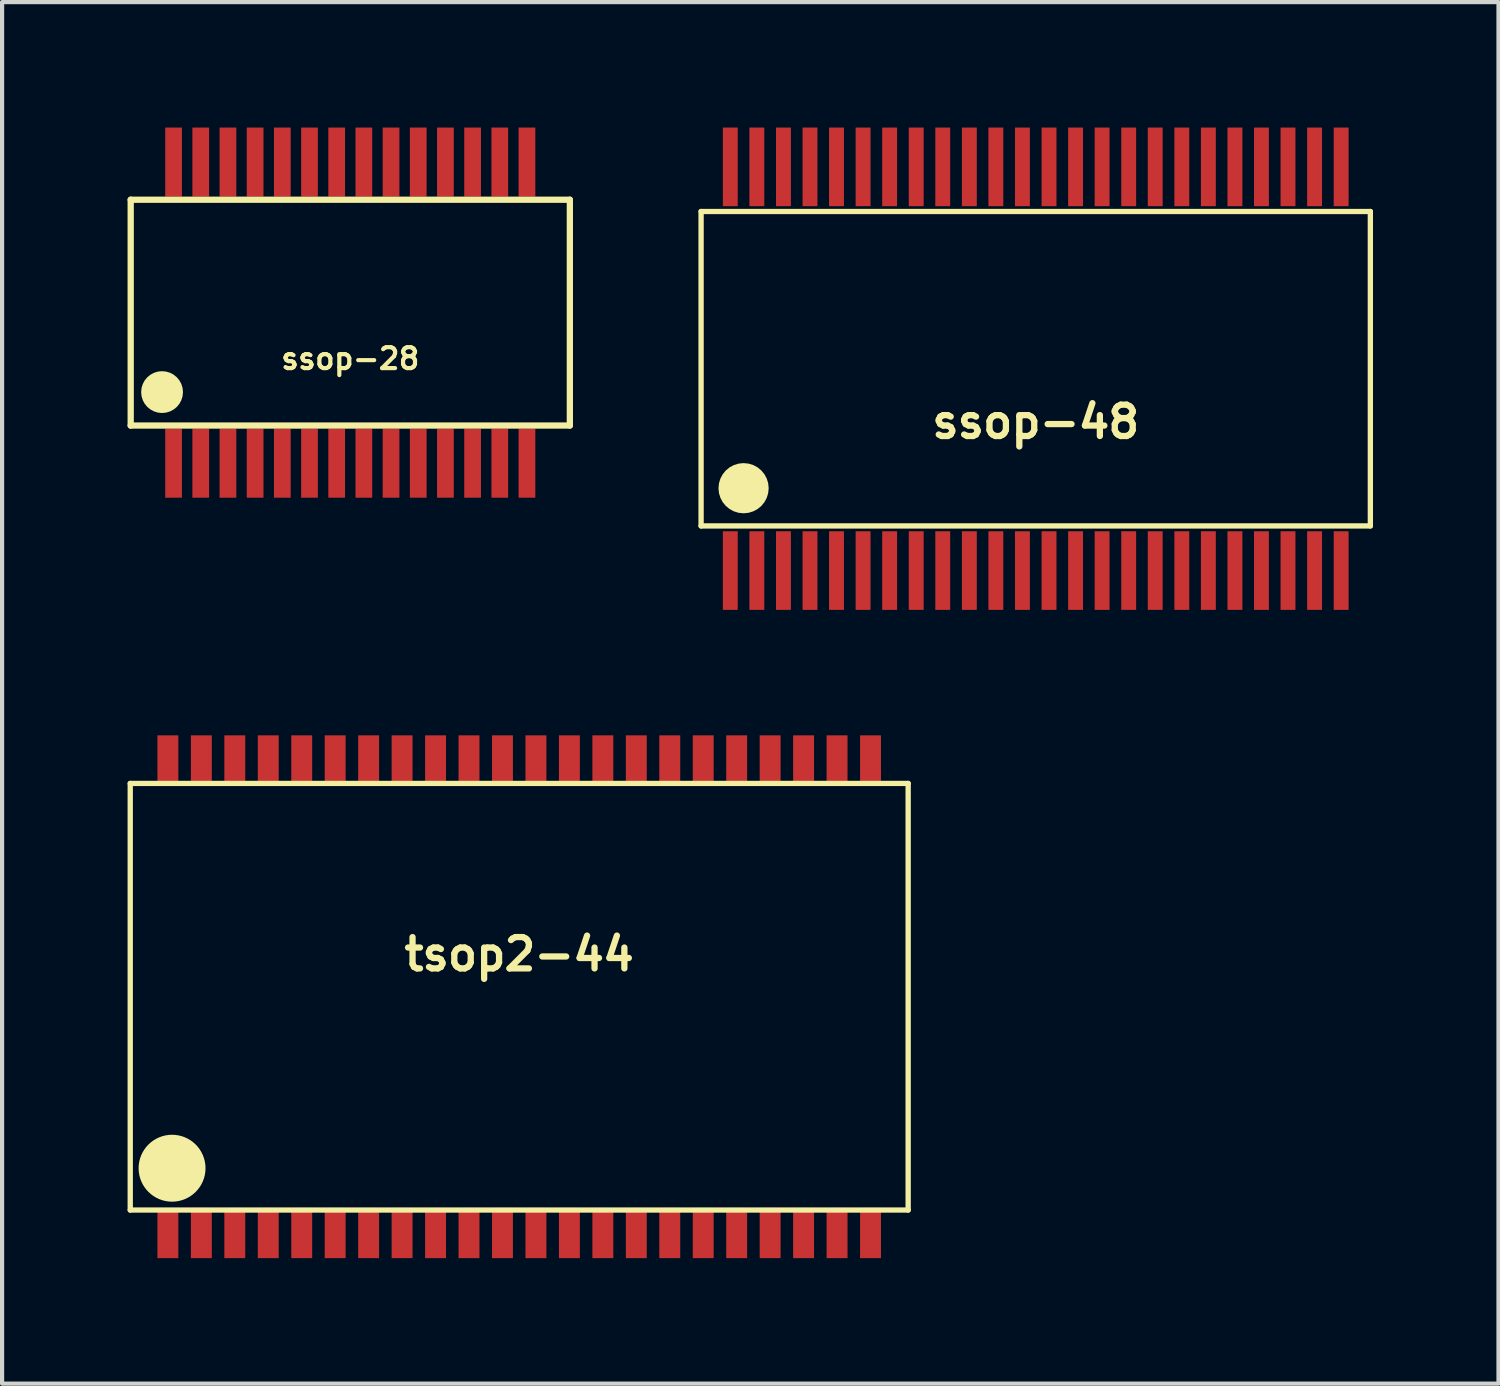
<source format=kicad_pcb>
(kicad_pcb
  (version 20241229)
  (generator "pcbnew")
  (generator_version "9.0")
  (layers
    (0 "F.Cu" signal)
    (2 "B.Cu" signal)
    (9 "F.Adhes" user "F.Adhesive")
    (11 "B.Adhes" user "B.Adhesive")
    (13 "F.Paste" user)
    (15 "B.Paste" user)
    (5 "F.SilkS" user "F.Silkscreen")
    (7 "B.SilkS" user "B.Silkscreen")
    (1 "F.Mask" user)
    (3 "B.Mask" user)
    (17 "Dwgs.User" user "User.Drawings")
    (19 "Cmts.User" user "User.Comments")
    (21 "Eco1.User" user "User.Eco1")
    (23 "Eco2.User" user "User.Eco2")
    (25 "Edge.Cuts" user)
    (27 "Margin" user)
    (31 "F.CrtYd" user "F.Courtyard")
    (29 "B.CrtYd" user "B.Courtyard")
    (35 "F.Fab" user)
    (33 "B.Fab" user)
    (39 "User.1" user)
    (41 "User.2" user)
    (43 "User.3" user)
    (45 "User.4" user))
  (footprint "tsop2-44"
    (layer "F.Cu")
    (at 9.364 20.782)
    (property "Reference" "tsop2-44" (at 0 -1.016 0) (layer "F.SilkS") (effects (font (size 0.749 0.749) (thickness 0.15))))
    (attr smd)
    (fp_line (start -9.3 -5.1) (end 9.3 -5.1) (stroke (width 0.127) (type solid)) (layer "F.SilkS"))
    (fp_line (start -9.3 5.1) (end -9.3 -5.1) (stroke (width 0.127) (type solid)) (layer "F.SilkS"))
    (fp_line (start 9.3 -5.1) (end 9.3 5.1) (stroke (width 0.127) (type solid)) (layer "F.SilkS"))
    (fp_line (start 9.3 5.1) (end -9.3 5.1) (stroke (width 0.127) (type solid)) (layer "F.SilkS"))
    (fp_circle (center -8.3 4.1) (end -7.9 4.1) (stroke (width 0.8) (type solid)) (fill no) (layer "F.SilkS"))
    (pad "1" smd rect (at -8.4 5.65) (size 0.5 1.2) (layers "F.Cu" "F.Mask" "F.Paste"))
    (pad "2" smd rect (at -7.6 5.65) (size 0.5 1.2) (layers "F.Cu" "F.Mask" "F.Paste"))
    (pad "3" smd rect (at -6.8 5.65) (size 0.5 1.2) (layers "F.Cu" "F.Mask" "F.Paste"))
    (pad "4" smd rect (at -6 5.65) (size 0.5 1.2) (layers "F.Cu" "F.Mask" "F.Paste"))
    (pad "5" smd rect (at -5.2 5.65) (size 0.5 1.2) (layers "F.Cu" "F.Mask" "F.Paste"))
    (pad "6" smd rect (at -4.4 5.65) (size 0.5 1.2) (layers "F.Cu" "F.Mask" "F.Paste"))
    (pad "7" smd rect (at -3.6 5.65) (size 0.5 1.2) (layers "F.Cu" "F.Mask" "F.Paste"))
    (pad "8" smd rect (at -2.8 5.65) (size 0.5 1.2) (layers "F.Cu" "F.Mask" "F.Paste"))
    (pad "9" smd rect (at -2 5.65) (size 0.5 1.2) (layers "F.Cu" "F.Mask" "F.Paste"))
    (pad "10" smd rect (at -1.2 5.65) (size 0.5 1.2) (layers "F.Cu" "F.Mask" "F.Paste"))
    (pad "11" smd rect (at -0.4 5.65) (size 0.5 1.2) (layers "F.Cu" "F.Mask" "F.Paste"))
    (pad "12" smd rect (at 0.4 5.65) (size 0.5 1.2) (layers "F.Cu" "F.Mask" "F.Paste"))
    (pad "13" smd rect (at 1.2 5.65) (size 0.5 1.2) (layers "F.Cu" "F.Mask" "F.Paste"))
    (pad "14" smd rect (at 2 5.65) (size 0.5 1.2) (layers "F.Cu" "F.Mask" "F.Paste"))
    (pad "15" smd rect (at 2.8 5.65) (size 0.5 1.2) (layers "F.Cu" "F.Mask" "F.Paste"))
    (pad "16" smd rect (at 3.6 5.65) (size 0.5 1.2) (layers "F.Cu" "F.Mask" "F.Paste"))
    (pad "17" smd rect (at 4.4 5.65) (size 0.5 1.2) (layers "F.Cu" "F.Mask" "F.Paste"))
    (pad "18" smd rect (at 5.2 5.65) (size 0.5 1.2) (layers "F.Cu" "F.Mask" "F.Paste"))
    (pad "19" smd rect (at 6 5.65) (size 0.5 1.2) (layers "F.Cu" "F.Mask" "F.Paste"))
    (pad "20" smd rect (at 6.8 5.65) (size 0.5 1.2) (layers "F.Cu" "F.Mask" "F.Paste"))
    (pad "21" smd rect (at 7.6 5.65) (size 0.5 1.2) (layers "F.Cu" "F.Mask" "F.Paste"))
    (pad "22" smd rect (at 8.4 5.65) (size 0.5 1.2) (layers "F.Cu" "F.Mask" "F.Paste"))
    (pad "23" smd rect (at 8.4 -5.65) (size 0.5 1.2) (layers "F.Cu" "F.Mask" "F.Paste"))
    (pad "24" smd rect (at 7.6 -5.65) (size 0.5 1.2) (layers "F.Cu" "F.Mask" "F.Paste"))
    (pad "25" smd rect (at 6.8 -5.65) (size 0.5 1.2) (layers "F.Cu" "F.Mask" "F.Paste"))
    (pad "26" smd rect (at 6 -5.65) (size 0.5 1.2) (layers "F.Cu" "F.Mask" "F.Paste"))
    (pad "27" smd rect (at 5.2 -5.65) (size 0.5 1.2) (layers "F.Cu" "F.Mask" "F.Paste"))
    (pad "28" smd rect (at 4.4 -5.65) (size 0.5 1.2) (layers "F.Cu" "F.Mask" "F.Paste"))
    (pad "29" smd rect (at 3.6 -5.65) (size 0.5 1.2) (layers "F.Cu" "F.Mask" "F.Paste"))
    (pad "30" smd rect (at 2.8 -5.65) (size 0.5 1.2) (layers "F.Cu" "F.Mask" "F.Paste"))
    (pad "31" smd rect (at 2 -5.65) (size 0.5 1.2) (layers "F.Cu" "F.Mask" "F.Paste"))
    (pad "32" smd rect (at 1.2 -5.65) (size 0.5 1.2) (layers "F.Cu" "F.Mask" "F.Paste"))
    (pad "33" smd rect (at 0.4 -5.65) (size 0.5 1.2) (layers "F.Cu" "F.Mask" "F.Paste"))
    (pad "34" smd rect (at -0.4 -5.65) (size 0.5 1.2) (layers "F.Cu" "F.Mask" "F.Paste"))
    (pad "35" smd rect (at -1.2 -5.65) (size 0.5 1.2) (layers "F.Cu" "F.Mask" "F.Paste"))
    (pad "36" smd rect (at -2 -5.65) (size 0.5 1.2) (layers "F.Cu" "F.Mask" "F.Paste"))
    (pad "37" smd rect (at -2.8 -5.65) (size 0.5 1.2) (layers "F.Cu" "F.Mask" "F.Paste"))
    (pad "38" smd rect (at -3.6 -5.65) (size 0.5 1.2) (layers "F.Cu" "F.Mask" "F.Paste"))
    (pad "39" smd rect (at -4.4 -5.65) (size 0.5 1.2) (layers "F.Cu" "F.Mask" "F.Paste"))
    (pad "40" smd rect (at -5.2 -5.65) (size 0.5 1.2) (layers "F.Cu" "F.Mask" "F.Paste"))
    (pad "41" smd rect (at -6 -5.65) (size 0.5 1.2) (layers "F.Cu" "F.Mask" "F.Paste"))
    (pad "42" smd rect (at -6.8 -5.65) (size 0.5 1.2) (layers "F.Cu" "F.Mask" "F.Paste"))
    (pad "43" smd rect (at -7.6 -5.65) (size 0.5 1.2) (layers "F.Cu" "F.Mask" "F.Paste"))
    (pad "44" smd rect (at -8.4 -5.65) (size 0.5 1.2) (layers "F.Cu" "F.Mask" "F.Paste")))
  (footprint "ssop-28"
    (layer "F.Cu")
    (at 5.325 4.425)
    (property "Reference" "ssop-28" (at 0 1.1 0) (layer "F.SilkS") (effects (font (size 0.5 0.5) (thickness 0.1))))
    (attr smd)
    (fp_line (start -5.25 -2.7) (end 5.25 -2.7) (stroke (width 0.15) (type solid)) (layer "F.SilkS"))
    (fp_line (start -5.25 2.7) (end -5.25 -2.7) (stroke (width 0.15) (type solid)) (layer "F.SilkS"))
    (fp_line (start 5.25 -2.7) (end 5.25 2.7) (stroke (width 0.15) (type solid)) (layer "F.SilkS"))
    (fp_line (start 5.25 2.7) (end -5.25 2.7) (stroke (width 0.15) (type solid)) (layer "F.SilkS"))
    (fp_circle (center -4.5 1.9) (end -4.25 1.9) (stroke (width 0.5) (type solid)) (fill no) (layer "F.SilkS"))
    (pad "1" smd rect (at -4.225 3.6) (size 0.4 1.65) (layers "F.Cu" "F.Mask" "F.Paste"))
    (pad "2" smd rect (at -3.575 3.6) (size 0.4 1.65) (layers "F.Cu" "F.Mask" "F.Paste"))
    (pad "3" smd rect (at -2.925 3.6) (size 0.4 1.65) (layers "F.Cu" "F.Mask" "F.Paste"))
    (pad "4" smd rect (at -2.275 3.6) (size 0.4 1.65) (layers "F.Cu" "F.Mask" "F.Paste"))
    (pad "5" smd rect (at -1.625 3.6) (size 0.4 1.65) (layers "F.Cu" "F.Mask" "F.Paste"))
    (pad "6" smd rect (at -0.975 3.6) (size 0.4 1.65) (layers "F.Cu" "F.Mask" "F.Paste"))
    (pad "7" smd rect (at -0.325 3.6) (size 0.4 1.65) (layers "F.Cu" "F.Mask" "F.Paste"))
    (pad "8" smd rect (at 0.325 3.6) (size 0.4 1.65) (layers "F.Cu" "F.Mask" "F.Paste"))
    (pad "9" smd rect (at 0.975 3.6) (size 0.4 1.65) (layers "F.Cu" "F.Mask" "F.Paste"))
    (pad "10" smd rect (at 1.625 3.6) (size 0.4 1.65) (layers "F.Cu" "F.Mask" "F.Paste"))
    (pad "11" smd rect (at 2.275 3.6) (size 0.4 1.65) (layers "F.Cu" "F.Mask" "F.Paste"))
    (pad "12" smd rect (at 2.925 3.6) (size 0.4 1.65) (layers "F.Cu" "F.Mask" "F.Paste"))
    (pad "13" smd rect (at 3.575 3.6) (size 0.4 1.65) (layers "F.Cu" "F.Mask" "F.Paste"))
    (pad "14" smd rect (at 4.225 3.6) (size 0.4 1.65) (layers "F.Cu" "F.Mask" "F.Paste"))
    (pad "15" smd rect (at 4.225 -3.6) (size 0.4 1.65) (layers "F.Cu" "F.Mask" "F.Paste"))
    (pad "16" smd rect (at 3.575 -3.6) (size 0.4 1.65) (layers "F.Cu" "F.Mask" "F.Paste"))
    (pad "17" smd rect (at 2.925 -3.6) (size 0.4 1.65) (layers "F.Cu" "F.Mask" "F.Paste"))
    (pad "18" smd rect (at 2.275 -3.6) (size 0.4 1.65) (layers "F.Cu" "F.Mask" "F.Paste"))
    (pad "19" smd rect (at 1.625 -3.6) (size 0.4 1.65) (layers "F.Cu" "F.Mask" "F.Paste"))
    (pad "20" smd rect (at 0.975 -3.6) (size 0.4 1.65) (layers "F.Cu" "F.Mask" "F.Paste"))
    (pad "21" smd rect (at 0.325 -3.6) (size 0.4 1.65) (layers "F.Cu" "F.Mask" "F.Paste"))
    (pad "22" smd rect (at -0.325 -3.6) (size 0.4 1.65) (layers "F.Cu" "F.Mask" "F.Paste"))
    (pad "23" smd rect (at -0.975 -3.6) (size 0.4 1.65) (layers "F.Cu" "F.Mask" "F.Paste"))
    (pad "24" smd rect (at -1.625 -3.6) (size 0.4 1.65) (layers "F.Cu" "F.Mask" "F.Paste"))
    (pad "25" smd rect (at -2.275 -3.6) (size 0.4 1.65) (layers "F.Cu" "F.Mask" "F.Paste"))
    (pad "26" smd rect (at -2.925 -3.6) (size 0.4 1.65) (layers "F.Cu" "F.Mask" "F.Paste"))
    (pad "27" smd rect (at -3.575 -3.6) (size 0.4 1.65) (layers "F.Cu" "F.Mask" "F.Paste"))
    (pad "28" smd rect (at -4.225 -3.6) (size 0.4 1.65) (layers "F.Cu" "F.Mask" "F.Paste")))
  (footprint "ssop-48"
    (layer "F.Cu")
    (at 21.714 5.766)
    (property "Reference" "ssop-48" (at 0 1.27 0) (layer "F.SilkS") (effects (font (size 0.749 0.749) (thickness 0.15))))
    (attr smd)
    (fp_line (start -8.001 -3.759) (end -8.001 3.759) (stroke (width 0.127) (type solid)) (layer "F.SilkS"))
    (fp_line (start -8.001 3.759) (end 8.001 3.759) (stroke (width 0.127) (type solid)) (layer "F.SilkS"))
    (fp_line (start 8.001 -3.759) (end -8.001 -3.759) (stroke (width 0.127) (type solid)) (layer "F.SilkS"))
    (fp_line (start 8.001 3.759) (end 8.001 -3.759) (stroke (width 0.127) (type solid)) (layer "F.SilkS"))
    (fp_circle (center -6.985 2.857) (end -6.685 2.857) (stroke (width 0.6) (type solid)) (fill no) (layer "F.SilkS"))
    (pad "1" smd rect (at -7.303 4.826) (size 0.356 1.88) (layers "F.Cu" "F.Mask" "F.Paste"))
    (pad "2" smd rect (at -6.668 4.826) (size 0.356 1.88) (layers "F.Cu" "F.Mask" "F.Paste"))
    (pad "3" smd rect (at -6.032 4.826) (size 0.356 1.88) (layers "F.Cu" "F.Mask" "F.Paste"))
    (pad "4" smd rect (at -5.397 4.826) (size 0.356 1.88) (layers "F.Cu" "F.Mask" "F.Paste"))
    (pad "5" smd rect (at -4.763 4.826) (size 0.356 1.88) (layers "F.Cu" "F.Mask" "F.Paste"))
    (pad "6" smd rect (at -4.128 4.826) (size 0.356 1.88) (layers "F.Cu" "F.Mask" "F.Paste"))
    (pad "7" smd rect (at -3.493 4.826) (size 0.356 1.88) (layers "F.Cu" "F.Mask" "F.Paste"))
    (pad "8" smd rect (at -2.857 4.826) (size 0.356 1.88) (layers "F.Cu" "F.Mask" "F.Paste"))
    (pad "9" smd rect (at -2.223 4.826) (size 0.356 1.88) (layers "F.Cu" "F.Mask" "F.Paste"))
    (pad "10" smd rect (at -1.587 4.826) (size 0.356 1.88) (layers "F.Cu" "F.Mask" "F.Paste"))
    (pad "11" smd rect (at -0.953 4.826) (size 0.356 1.88) (layers "F.Cu" "F.Mask" "F.Paste"))
    (pad "12" smd rect (at -0.318 4.826) (size 0.356 1.88) (layers "F.Cu" "F.Mask" "F.Paste"))
    (pad "13" smd rect (at 0.318 4.826) (size 0.356 1.88) (layers "F.Cu" "F.Mask" "F.Paste"))
    (pad "14" smd rect (at 0.953 4.826) (size 0.356 1.88) (layers "F.Cu" "F.Mask" "F.Paste"))
    (pad "15" smd rect (at 1.587 4.826) (size 0.356 1.88) (layers "F.Cu" "F.Mask" "F.Paste"))
    (pad "16" smd rect (at 2.223 4.826) (size 0.356 1.88) (layers "F.Cu" "F.Mask" "F.Paste"))
    (pad "17" smd rect (at 2.857 4.826) (size 0.356 1.88) (layers "F.Cu" "F.Mask" "F.Paste"))
    (pad "18" smd rect (at 3.493 4.826) (size 0.356 1.88) (layers "F.Cu" "F.Mask" "F.Paste"))
    (pad "19" smd rect (at 4.128 4.826) (size 0.356 1.88) (layers "F.Cu" "F.Mask" "F.Paste"))
    (pad "20" smd rect (at 4.763 4.826) (size 0.356 1.88) (layers "F.Cu" "F.Mask" "F.Paste"))
    (pad "21" smd rect (at 5.397 4.826) (size 0.356 1.88) (layers "F.Cu" "F.Mask" "F.Paste"))
    (pad "22" smd rect (at 6.032 4.826) (size 0.356 1.88) (layers "F.Cu" "F.Mask" "F.Paste"))
    (pad "23" smd rect (at 6.668 4.826) (size 0.356 1.88) (layers "F.Cu" "F.Mask" "F.Paste"))
    (pad "24" smd rect (at 7.303 4.826) (size 0.356 1.88) (layers "F.Cu" "F.Mask" "F.Paste"))
    (pad "25" smd rect (at 7.303 -4.826) (size 0.356 1.88) (layers "F.Cu" "F.Mask" "F.Paste"))
    (pad "26" smd rect (at 6.668 -4.826) (size 0.356 1.88) (layers "F.Cu" "F.Mask" "F.Paste"))
    (pad "27" smd rect (at 6.032 -4.826) (size 0.356 1.88) (layers "F.Cu" "F.Mask" "F.Paste"))
    (pad "28" smd rect (at 5.397 -4.826) (size 0.356 1.88) (layers "F.Cu" "F.Mask" "F.Paste"))
    (pad "29" smd rect (at 4.763 -4.826) (size 0.356 1.88) (layers "F.Cu" "F.Mask" "F.Paste"))
    (pad "30" smd rect (at 4.128 -4.826) (size 0.356 1.88) (layers "F.Cu" "F.Mask" "F.Paste"))
    (pad "31" smd rect (at 3.493 -4.826) (size 0.356 1.88) (layers "F.Cu" "F.Mask" "F.Paste"))
    (pad "32" smd rect (at 2.857 -4.826) (size 0.356 1.88) (layers "F.Cu" "F.Mask" "F.Paste"))
    (pad "33" smd rect (at 2.223 -4.826) (size 0.356 1.88) (layers "F.Cu" "F.Mask" "F.Paste"))
    (pad "34" smd rect (at 1.587 -4.826) (size 0.356 1.88) (layers "F.Cu" "F.Mask" "F.Paste"))
    (pad "35" smd rect (at 0.953 -4.826) (size 0.356 1.88) (layers "F.Cu" "F.Mask" "F.Paste"))
    (pad "36" smd rect (at 0.318 -4.826) (size 0.356 1.88) (layers "F.Cu" "F.Mask" "F.Paste"))
    (pad "37" smd rect (at -0.318 -4.826) (size 0.356 1.88) (layers "F.Cu" "F.Mask" "F.Paste"))
    (pad "38" smd rect (at -0.953 -4.826) (size 0.356 1.88) (layers "F.Cu" "F.Mask" "F.Paste"))
    (pad "39" smd rect (at -1.587 -4.826) (size 0.356 1.88) (layers "F.Cu" "F.Mask" "F.Paste"))
    (pad "40" smd rect (at -2.223 -4.826) (size 0.356 1.88) (layers "F.Cu" "F.Mask" "F.Paste"))
    (pad "41" smd rect (at -2.857 -4.826) (size 0.356 1.88) (layers "F.Cu" "F.Mask" "F.Paste"))
    (pad "42" smd rect (at -3.493 -4.826) (size 0.356 1.88) (layers "F.Cu" "F.Mask" "F.Paste"))
    (pad "43" smd rect (at -4.128 -4.826) (size 0.356 1.88) (layers "F.Cu" "F.Mask" "F.Paste"))
    (pad "44" smd rect (at -4.763 -4.826) (size 0.356 1.88) (layers "F.Cu" "F.Mask" "F.Paste"))
    (pad "45" smd rect (at -5.397 -4.826) (size 0.356 1.88) (layers "F.Cu" "F.Mask" "F.Paste"))
    (pad "46" smd rect (at -6.032 -4.826) (size 0.356 1.88) (layers "F.Cu" "F.Mask" "F.Paste"))
    (pad "47" smd rect (at -6.668 -4.826) (size 0.356 1.88) (layers "F.Cu" "F.Mask" "F.Paste"))
    (pad "48" smd rect (at -7.303 -4.826) (size 0.356 1.88) (layers "F.Cu" "F.Mask" "F.Paste")))
  (gr_rect
    (start -3 -3)
    (end 32.779 30.032)
    (stroke (width 0.1) (type default))
    (fill no)
    (layer "Edge.Cuts")))
</source>
